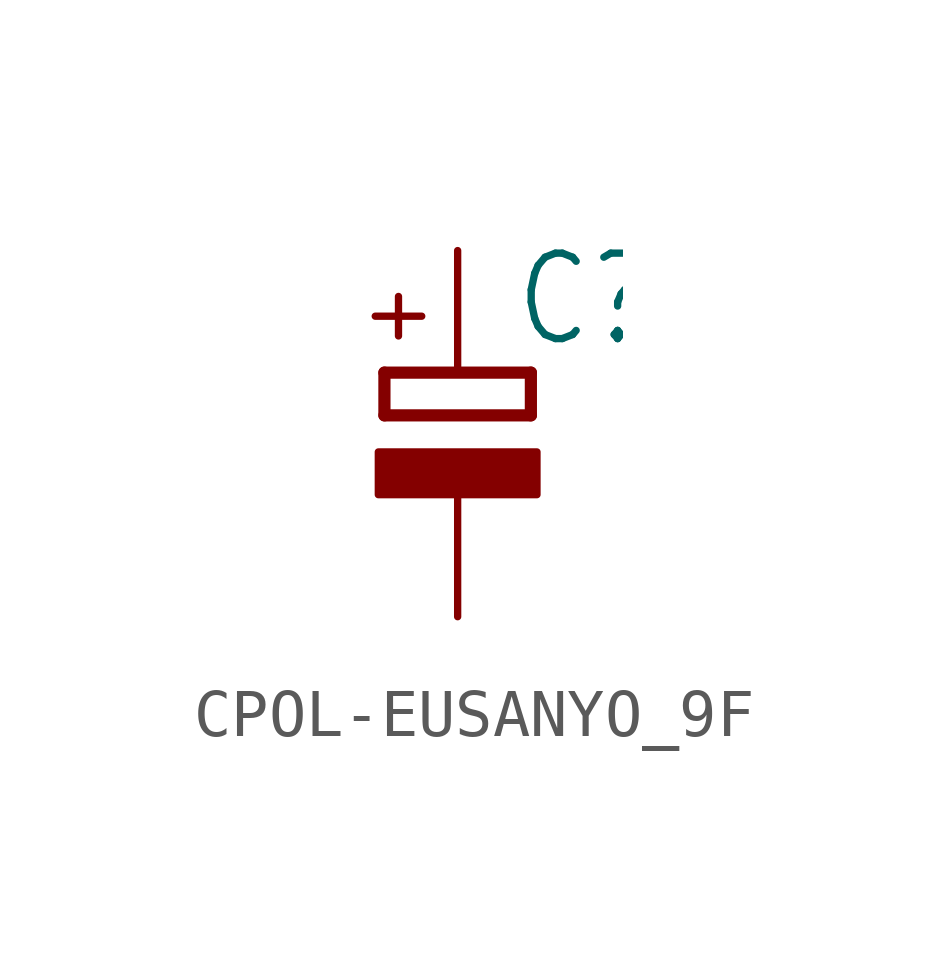
<source format=kicad_sym>
(kicad_symbol_lib
  (version 20241209)
  (generator "kicad_symbol_editor")
  (generator_version "9.0")
  (symbol "CPOL-EUSANYO_9F"
    (property "Reference" "C"
      (at 1.143 0.483 0)
      (effects (font (size 1.778 1.511)) (justify left bottom)))
    (property "Value" ""
      (at 1.143 -4.597 0)
      (effects (font (size 1.778 1.511)) (justify left bottom)))
    (property "ki_locked" ""
      (at 0 0 0)
      (effects (font (size 1.27 1.27))))
    (symbol "CPOL-EUSANYO_9F_1_0"
      (rectangle (start -1.651 -2.54) (end 1.651 -1.651) (stroke (width 0) (type default)) (fill (type outline)))
      (polyline (pts (xy -1.524 0) (xy -1.524 -0.889)) (stroke (width 0.254) (type solid)) (fill (type none)))
      (polyline (pts (xy -1.524 0) (xy 1.524 0)) (stroke (width 0.254) (type solid)) (fill (type none)))
      (polyline (pts (xy -1.524 -0.889) (xy 1.524 -0.889)) (stroke (width 0.254) (type solid)) (fill (type none)))
      (polyline (pts (xy 1.524 -0.889) (xy 1.524 0)) (stroke (width 0.254) (type solid)) (fill (type none)))
      (text "+" (at -0.584 0.406 900) (effects (font (size 1.27 1.079)) (justify left bottom)))
      (pin passive line (at 0 2.54 270) (length 2.54) (name "+" (effects (font (size 0 0)))) (number "+" (effects (font (size 0 0)))))
      (pin passive line (at 0 -5.08 90) (length 2.54) (name "-" (effects (font (size 0 0)))) (number "-" (effects (font (size 0 0))))))))
</source>
